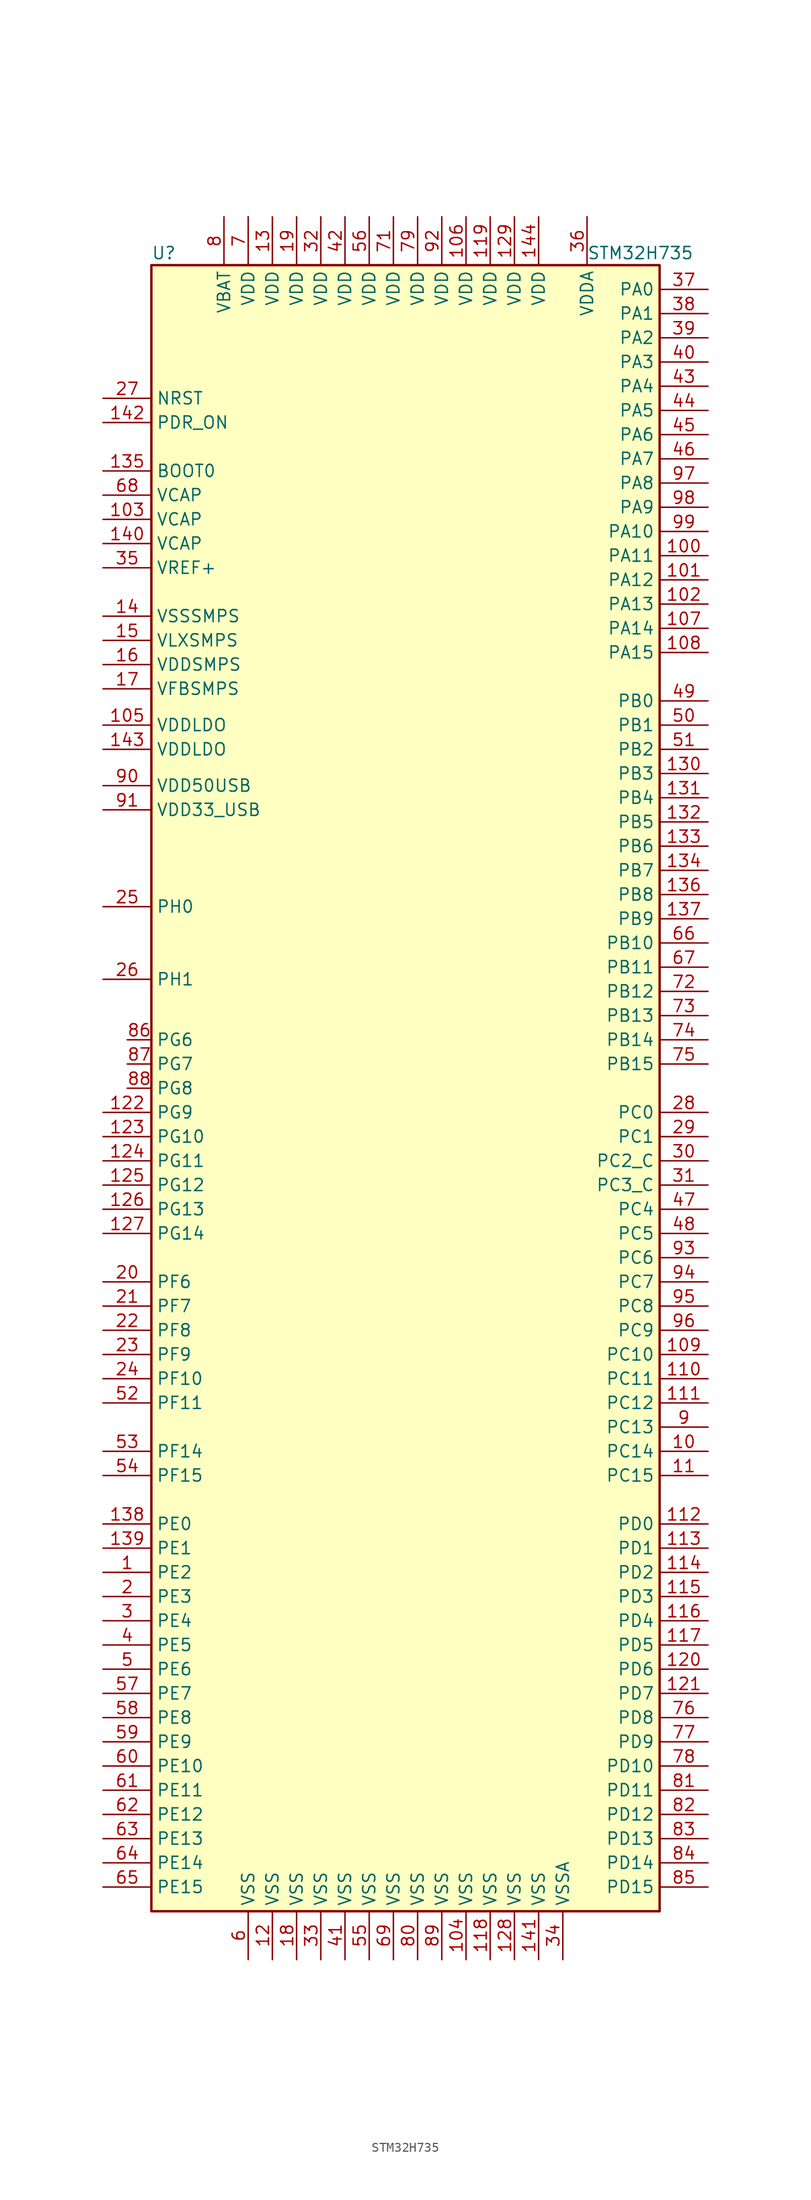
<source format=kicad_sym>
(kicad_symbol_lib
  (version 20201005)
  (generator kicad_symbol_editor)
  (symbol "STM32H735:STM32H735"
    (property "Reference" "U"
      (at -27.94 87.63 0)
      (effects (font (size 1.27 1.27)) (justify left)))
    (property "Value" "STM32H735"
      (at 17.78 87.63 0)
      (effects (font (size 1.27 1.27)) (justify left)))
    (symbol "STM32H735_0_0"
      (pin unspecified line (at 10.16 91.44 270) (length 5.08) (name "VDD" (effects (font (size 1.27 1.27)))) (number "129" (effects (font (size 1.27 1.27)))))
      (pin unspecified line (at -33.02 -45.72 0) (length 5.08) (name "PE0" (effects (font (size 1.27 1.27)))) (number "138" (effects (font (size 1.27 1.27)))))
      (pin unspecified line (at -33.02 -48.26 0) (length 5.08) (name "PE1" (effects (font (size 1.27 1.27)))) (number "139" (effects (font (size 1.27 1.27)))))
      (pin unspecified line (at 12.7 -91.44 90) (length 5.08) (name "VSS" (effects (font (size 1.27 1.27)))) (number "141" (effects (font (size 1.27 1.27)))))
      (pin bidirectional line (at -30.48 5.08 0) (length 2.54) (name "PG6" (effects (font (size 1.27 1.27)))) (number "86" (effects (font (size 1.27 1.27)))))
      (pin bidirectional line (at -30.48 2.54 0) (length 2.54) (name "PG7" (effects (font (size 1.27 1.27)))) (number "87" (effects (font (size 1.27 1.27)))))
      (pin bidirectional line (at -30.48 0 0) (length 2.54) (name "PG8" (effects (font (size 1.27 1.27)))) (number "88" (effects (font (size 1.27 1.27)))))
      (pin unspecified line (at -33.02 31.75 0) (length 5.08) (name "VDD50USB" (effects (font (size 1.27 1.27)))) (number "90" (effects (font (size 1.27 1.27))))))
    (symbol "STM32H735_0_1"
      (rectangle (start -27.94 -86.36) (end 25.4 86.36) (stroke (width 0.254)) (fill (type background))))
    (symbol "STM32H735_1_1"
      (pin bidirectional line (at -33.02 -50.8 0) (length 5.08) (name "PE2" (effects (font (size 1.27 1.27)))) (number "1" (effects (font (size 1.27 1.27)))))
      (pin bidirectional line (at 30.48 -38.1 180) (length 5.08) (name "PC14" (effects (font (size 1.27 1.27)))) (number "10" (effects (font (size 1.27 1.27)))))
      (pin bidirectional line (at 30.48 55.88 180) (length 5.08) (name "PA11" (effects (font (size 1.27 1.27)))) (number "100" (effects (font (size 1.27 1.27)))))
      (pin bidirectional line (at 30.48 53.34 180) (length 5.08) (name "PA12" (effects (font (size 1.27 1.27)))) (number "101" (effects (font (size 1.27 1.27)))))
      (pin bidirectional line (at 30.48 50.8 180) (length 5.08) (name "PA13" (effects (font (size 1.27 1.27)))) (number "102" (effects (font (size 1.27 1.27)))))
      (pin power_in line (at -33.02 59.69 0) (length 5.08) (name "VCAP" (effects (font (size 1.27 1.27)))) (number "103" (effects (font (size 1.27 1.27)))))
      (pin power_in line (at 5.08 -91.44 90) (length 5.08) (name "VSS" (effects (font (size 1.27 1.27)))) (number "104" (effects (font (size 1.27 1.27)))))
      (pin power_in line (at -33.02 38.1 0) (length 5.08) (name "VDDLDO" (effects (font (size 1.27 1.27)))) (number "105" (effects (font (size 1.27 1.27)))))
      (pin power_in line (at 5.08 91.44 270) (length 5.08) (name "VDD" (effects (font (size 1.27 1.27)))) (number "106" (effects (font (size 1.27 1.27)))))
      (pin bidirectional line (at 30.48 48.26 180) (length 5.08) (name "PA14" (effects (font (size 1.27 1.27)))) (number "107" (effects (font (size 1.27 1.27)))))
      (pin bidirectional line (at 30.48 45.72 180) (length 5.08) (name "PA15" (effects (font (size 1.27 1.27)))) (number "108" (effects (font (size 1.27 1.27)))))
      (pin bidirectional line (at 30.48 -27.94 180) (length 5.08) (name "PC10" (effects (font (size 1.27 1.27)))) (number "109" (effects (font (size 1.27 1.27)))))
      (pin bidirectional line (at 30.48 -40.64 180) (length 5.08) (name "PC15" (effects (font (size 1.27 1.27)))) (number "11" (effects (font (size 1.27 1.27)))))
      (pin bidirectional line (at 30.48 -30.48 180) (length 5.08) (name "PC11" (effects (font (size 1.27 1.27)))) (number "110" (effects (font (size 1.27 1.27)))))
      (pin bidirectional line (at 30.48 -33.02 180) (length 5.08) (name "PC12" (effects (font (size 1.27 1.27)))) (number "111" (effects (font (size 1.27 1.27)))))
      (pin bidirectional line (at 30.48 -45.72 180) (length 5.08) (name "PD0" (effects (font (size 1.27 1.27)))) (number "112" (effects (font (size 1.27 1.27)))))
      (pin bidirectional line (at 30.48 -48.26 180) (length 5.08) (name "PD1" (effects (font (size 1.27 1.27)))) (number "113" (effects (font (size 1.27 1.27)))))
      (pin bidirectional line (at 30.48 -50.8 180) (length 5.08) (name "PD2" (effects (font (size 1.27 1.27)))) (number "114" (effects (font (size 1.27 1.27)))))
      (pin bidirectional line (at 30.48 -53.34 180) (length 5.08) (name "PD3" (effects (font (size 1.27 1.27)))) (number "115" (effects (font (size 1.27 1.27)))))
      (pin bidirectional line (at 30.48 -55.88 180) (length 5.08) (name "PD4" (effects (font (size 1.27 1.27)))) (number "116" (effects (font (size 1.27 1.27)))))
      (pin bidirectional line (at 30.48 -58.42 180) (length 5.08) (name "PD5" (effects (font (size 1.27 1.27)))) (number "117" (effects (font (size 1.27 1.27)))))
      (pin power_in line (at 7.62 -91.44 90) (length 5.08) (name "VSS" (effects (font (size 1.27 1.27)))) (number "118" (effects (font (size 1.27 1.27)))))
      (pin power_in line (at 7.62 91.44 270) (length 5.08) (name "VDD" (effects (font (size 1.27 1.27)))) (number "119" (effects (font (size 1.27 1.27)))))
      (pin power_in line (at -15.24 -91.44 90) (length 5.08) (name "VSS" (effects (font (size 1.27 1.27)))) (number "12" (effects (font (size 1.27 1.27)))))
      (pin bidirectional line (at 30.48 -60.96 180) (length 5.08) (name "PD6" (effects (font (size 1.27 1.27)))) (number "120" (effects (font (size 1.27 1.27)))))
      (pin bidirectional line (at 30.48 -63.5 180) (length 5.08) (name "PD7" (effects (font (size 1.27 1.27)))) (number "121" (effects (font (size 1.27 1.27)))))
      (pin bidirectional line (at -33.02 -2.54 0) (length 5.08) (name "PG9" (effects (font (size 1.27 1.27)))) (number "122" (effects (font (size 1.27 1.27)))))
      (pin bidirectional line (at -33.02 -5.08 0) (length 5.08) (name "PG10" (effects (font (size 1.27 1.27)))) (number "123" (effects (font (size 1.27 1.27)))))
      (pin bidirectional line (at -33.02 -7.62 0) (length 5.08) (name "PG11" (effects (font (size 1.27 1.27)))) (number "124" (effects (font (size 1.27 1.27)))))
      (pin bidirectional line (at -33.02 -10.16 0) (length 5.08) (name "PG12" (effects (font (size 1.27 1.27)))) (number "125" (effects (font (size 1.27 1.27)))))
      (pin bidirectional line (at -33.02 -12.7 0) (length 5.08) (name "PG13" (effects (font (size 1.27 1.27)))) (number "126" (effects (font (size 1.27 1.27)))))
      (pin bidirectional line (at -33.02 -15.24 0) (length 5.08) (name "PG14" (effects (font (size 1.27 1.27)))) (number "127" (effects (font (size 1.27 1.27)))))
      (pin power_in line (at 10.16 -91.44 90) (length 5.08) (name "VSS" (effects (font (size 1.27 1.27)))) (number "128" (effects (font (size 1.27 1.27)))))
      (pin power_in line (at -15.24 91.44 270) (length 5.08) (name "VDD" (effects (font (size 1.27 1.27)))) (number "13" (effects (font (size 1.27 1.27)))))
      (pin bidirectional line (at 30.48 33.02 180) (length 5.08) (name "PB3" (effects (font (size 1.27 1.27)))) (number "130" (effects (font (size 1.27 1.27)))))
      (pin bidirectional line (at 30.48 30.48 180) (length 5.08) (name "PB4" (effects (font (size 1.27 1.27)))) (number "131" (effects (font (size 1.27 1.27)))))
      (pin bidirectional line (at 30.48 27.94 180) (length 5.08) (name "PB5" (effects (font (size 1.27 1.27)))) (number "132" (effects (font (size 1.27 1.27)))))
      (pin bidirectional line (at 30.48 25.4 180) (length 5.08) (name "PB6" (effects (font (size 1.27 1.27)))) (number "133" (effects (font (size 1.27 1.27)))))
      (pin bidirectional line (at 30.48 22.86 180) (length 5.08) (name "PB7" (effects (font (size 1.27 1.27)))) (number "134" (effects (font (size 1.27 1.27)))))
      (pin input line (at -33.02 64.77 0) (length 5.08) (name "BOOT0" (effects (font (size 1.27 1.27)))) (number "135" (effects (font (size 1.27 1.27)))))
      (pin bidirectional line (at 30.48 20.32 180) (length 5.08) (name "PB8" (effects (font (size 1.27 1.27)))) (number "136" (effects (font (size 1.27 1.27)))))
      (pin bidirectional line (at 30.48 17.78 180) (length 5.08) (name "PB9" (effects (font (size 1.27 1.27)))) (number "137" (effects (font (size 1.27 1.27)))))
      (pin bidirectional line (at -33.02 49.53 0) (length 5.08) (name "VSSSMPS" (effects (font (size 1.27 1.27)))) (number "14" (effects (font (size 1.27 1.27)))))
      (pin power_in line (at -33.02 57.15 0) (length 5.08) (name "VCAP" (effects (font (size 1.27 1.27)))) (number "140" (effects (font (size 1.27 1.27)))))
      (pin input line (at -33.02 69.85 0) (length 5.08) (name "PDR_ON" (effects (font (size 1.27 1.27)))) (number "142" (effects (font (size 1.27 1.27)))))
      (pin power_in line (at -33.02 35.56 0) (length 5.08) (name "VDDLDO" (effects (font (size 1.27 1.27)))) (number "143" (effects (font (size 1.27 1.27)))))
      (pin power_in line (at 12.7 91.44 270) (length 5.08) (name "VDD" (effects (font (size 1.27 1.27)))) (number "144" (effects (font (size 1.27 1.27)))))
      (pin bidirectional line (at -33.02 46.99 0) (length 5.08) (name "VLXSMPS" (effects (font (size 1.27 1.27)))) (number "15" (effects (font (size 1.27 1.27)))))
      (pin bidirectional line (at -33.02 44.45 0) (length 5.08) (name "VDDSMPS" (effects (font (size 1.27 1.27)))) (number "16" (effects (font (size 1.27 1.27)))))
      (pin bidirectional line (at -33.02 41.91 0) (length 5.08) (name "VFBSMPS" (effects (font (size 1.27 1.27)))) (number "17" (effects (font (size 1.27 1.27)))))
      (pin power_in line (at -12.7 -91.44 90) (length 5.08) (name "VSS" (effects (font (size 1.27 1.27)))) (number "18" (effects (font (size 1.27 1.27)))))
      (pin power_in line (at -12.7 91.44 270) (length 5.08) (name "VDD" (effects (font (size 1.27 1.27)))) (number "19" (effects (font (size 1.27 1.27)))))
      (pin bidirectional line (at -33.02 -53.34 0) (length 5.08) (name "PE3" (effects (font (size 1.27 1.27)))) (number "2" (effects (font (size 1.27 1.27)))))
      (pin bidirectional line (at -33.02 -20.32 0) (length 5.08) (name "PF6" (effects (font (size 1.27 1.27)))) (number "20" (effects (font (size 1.27 1.27)))))
      (pin bidirectional line (at -33.02 -22.86 0) (length 5.08) (name "PF7" (effects (font (size 1.27 1.27)))) (number "21" (effects (font (size 1.27 1.27)))))
      (pin bidirectional line (at -33.02 -25.4 0) (length 5.08) (name "PF8" (effects (font (size 1.27 1.27)))) (number "22" (effects (font (size 1.27 1.27)))))
      (pin bidirectional line (at -33.02 -27.94 0) (length 5.08) (name "PF9" (effects (font (size 1.27 1.27)))) (number "23" (effects (font (size 1.27 1.27)))))
      (pin bidirectional line (at -33.02 -30.48 0) (length 5.08) (name "PF10" (effects (font (size 1.27 1.27)))) (number "24" (effects (font (size 1.27 1.27)))))
      (pin input line (at -33.02 19.05 0) (length 5.08) (name "PH0" (effects (font (size 1.27 1.27)))) (number "25" (effects (font (size 1.27 1.27)))))
      (pin input line (at -33.02 11.43 0) (length 5.08) (name "PH1" (effects (font (size 1.27 1.27)))) (number "26" (effects (font (size 1.27 1.27)))))
      (pin input line (at -33.02 72.39 0) (length 5.08) (name "NRST" (effects (font (size 1.27 1.27)))) (number "27" (effects (font (size 1.27 1.27)))))
      (pin bidirectional line (at 30.48 -2.54 180) (length 5.08) (name "PC0" (effects (font (size 1.27 1.27)))) (number "28" (effects (font (size 1.27 1.27)))))
      (pin bidirectional line (at 30.48 -5.08 180) (length 5.08) (name "PC1" (effects (font (size 1.27 1.27)))) (number "29" (effects (font (size 1.27 1.27)))))
      (pin bidirectional line (at -33.02 -55.88 0) (length 5.08) (name "PE4" (effects (font (size 1.27 1.27)))) (number "3" (effects (font (size 1.27 1.27)))))
      (pin bidirectional line (at 30.48 -7.62 180) (length 5.08) (name "PC2_C" (effects (font (size 1.27 1.27)))) (number "30" (effects (font (size 1.27 1.27)))))
      (pin bidirectional line (at 30.48 -10.16 180) (length 5.08) (name "PC3_C" (effects (font (size 1.27 1.27)))) (number "31" (effects (font (size 1.27 1.27)))))
      (pin power_in line (at -10.16 91.44 270) (length 5.08) (name "VDD" (effects (font (size 1.27 1.27)))) (number "32" (effects (font (size 1.27 1.27)))))
      (pin power_in line (at -10.16 -91.44 90) (length 5.08) (name "VSS" (effects (font (size 1.27 1.27)))) (number "33" (effects (font (size 1.27 1.27)))))
      (pin power_in line (at 15.24 -91.44 90) (length 5.08) (name "VSSA" (effects (font (size 1.27 1.27)))) (number "34" (effects (font (size 1.27 1.27)))))
      (pin bidirectional line (at -33.02 54.61 0) (length 5.08) (name "VREF+" (effects (font (size 1.27 1.27)))) (number "35" (effects (font (size 1.27 1.27)))))
      (pin power_in line (at 17.78 91.44 270) (length 5.08) (name "VDDA" (effects (font (size 1.27 1.27)))) (number "36" (effects (font (size 1.27 1.27)))))
      (pin bidirectional line (at 30.48 83.82 180) (length 5.08) (name "PA0" (effects (font (size 1.27 1.27)))) (number "37" (effects (font (size 1.27 1.27)))))
      (pin bidirectional line (at 30.48 81.28 180) (length 5.08) (name "PA1" (effects (font (size 1.27 1.27)))) (number "38" (effects (font (size 1.27 1.27)))))
      (pin bidirectional line (at 30.48 78.74 180) (length 5.08) (name "PA2" (effects (font (size 1.27 1.27)))) (number "39" (effects (font (size 1.27 1.27)))))
      (pin bidirectional line (at -33.02 -58.42 0) (length 5.08) (name "PE5" (effects (font (size 1.27 1.27)))) (number "4" (effects (font (size 1.27 1.27)))))
      (pin bidirectional line (at 30.48 76.2 180) (length 5.08) (name "PA3" (effects (font (size 1.27 1.27)))) (number "40" (effects (font (size 1.27 1.27)))))
      (pin power_in line (at -7.62 -91.44 90) (length 5.08) (name "VSS" (effects (font (size 1.27 1.27)))) (number "41" (effects (font (size 1.27 1.27)))))
      (pin power_in line (at -7.62 91.44 270) (length 5.08) (name "VDD" (effects (font (size 1.27 1.27)))) (number "42" (effects (font (size 1.27 1.27)))))
      (pin bidirectional line (at 30.48 73.66 180) (length 5.08) (name "PA4" (effects (font (size 1.27 1.27)))) (number "43" (effects (font (size 1.27 1.27)))))
      (pin bidirectional line (at 30.48 71.12 180) (length 5.08) (name "PA5" (effects (font (size 1.27 1.27)))) (number "44" (effects (font (size 1.27 1.27)))))
      (pin bidirectional line (at 30.48 68.58 180) (length 5.08) (name "PA6" (effects (font (size 1.27 1.27)))) (number "45" (effects (font (size 1.27 1.27)))))
      (pin bidirectional line (at 30.48 66.04 180) (length 5.08) (name "PA7" (effects (font (size 1.27 1.27)))) (number "46" (effects (font (size 1.27 1.27)))))
      (pin bidirectional line (at 30.48 -12.7 180) (length 5.08) (name "PC4" (effects (font (size 1.27 1.27)))) (number "47" (effects (font (size 1.27 1.27)))))
      (pin bidirectional line (at 30.48 -15.24 180) (length 5.08) (name "PC5" (effects (font (size 1.27 1.27)))) (number "48" (effects (font (size 1.27 1.27)))))
      (pin bidirectional line (at 30.48 40.64 180) (length 5.08) (name "PB0" (effects (font (size 1.27 1.27)))) (number "49" (effects (font (size 1.27 1.27)))))
      (pin bidirectional line (at -33.02 -60.96 0) (length 5.08) (name "PE6" (effects (font (size 1.27 1.27)))) (number "5" (effects (font (size 1.27 1.27)))))
      (pin bidirectional line (at 30.48 38.1 180) (length 5.08) (name "PB1" (effects (font (size 1.27 1.27)))) (number "50" (effects (font (size 1.27 1.27)))))
      (pin bidirectional line (at 30.48 35.56 180) (length 5.08) (name "PB2" (effects (font (size 1.27 1.27)))) (number "51" (effects (font (size 1.27 1.27)))))
      (pin bidirectional line (at -33.02 -33.02 0) (length 5.08) (name "PF11" (effects (font (size 1.27 1.27)))) (number "52" (effects (font (size 1.27 1.27)))))
      (pin bidirectional line (at -33.02 -38.1 0) (length 5.08) (name "PF14" (effects (font (size 1.27 1.27)))) (number "53" (effects (font (size 1.27 1.27)))))
      (pin bidirectional line (at -33.02 -40.64 0) (length 5.08) (name "PF15" (effects (font (size 1.27 1.27)))) (number "54" (effects (font (size 1.27 1.27)))))
      (pin power_in line (at -5.08 -91.44 90) (length 5.08) (name "VSS" (effects (font (size 1.27 1.27)))) (number "55" (effects (font (size 1.27 1.27)))))
      (pin power_in line (at -5.08 91.44 270) (length 5.08) (name "VDD" (effects (font (size 1.27 1.27)))) (number "56" (effects (font (size 1.27 1.27)))))
      (pin bidirectional line (at -33.02 -63.5 0) (length 5.08) (name "PE7" (effects (font (size 1.27 1.27)))) (number "57" (effects (font (size 1.27 1.27)))))
      (pin bidirectional line (at -33.02 -66.04 0) (length 5.08) (name "PE8" (effects (font (size 1.27 1.27)))) (number "58" (effects (font (size 1.27 1.27)))))
      (pin bidirectional line (at -33.02 -68.58 0) (length 5.08) (name "PE9" (effects (font (size 1.27 1.27)))) (number "59" (effects (font (size 1.27 1.27)))))
      (pin power_in line (at -17.78 -91.44 90) (length 5.08) (name "VSS" (effects (font (size 1.27 1.27)))) (number "6" (effects (font (size 1.27 1.27)))))
      (pin bidirectional line (at -33.02 -71.12 0) (length 5.08) (name "PE10" (effects (font (size 1.27 1.27)))) (number "60" (effects (font (size 1.27 1.27)))))
      (pin bidirectional line (at -33.02 -73.66 0) (length 5.08) (name "PE11" (effects (font (size 1.27 1.27)))) (number "61" (effects (font (size 1.27 1.27)))))
      (pin bidirectional line (at -33.02 -76.2 0) (length 5.08) (name "PE12" (effects (font (size 1.27 1.27)))) (number "62" (effects (font (size 1.27 1.27)))))
      (pin bidirectional line (at -33.02 -78.74 0) (length 5.08) (name "PE13" (effects (font (size 1.27 1.27)))) (number "63" (effects (font (size 1.27 1.27)))))
      (pin bidirectional line (at -33.02 -81.28 0) (length 5.08) (name "PE14" (effects (font (size 1.27 1.27)))) (number "64" (effects (font (size 1.27 1.27)))))
      (pin bidirectional line (at -33.02 -83.82 0) (length 5.08) (name "PE15" (effects (font (size 1.27 1.27)))) (number "65" (effects (font (size 1.27 1.27)))))
      (pin bidirectional line (at 30.48 15.24 180) (length 5.08) (name "PB10" (effects (font (size 1.27 1.27)))) (number "66" (effects (font (size 1.27 1.27)))))
      (pin bidirectional line (at 30.48 12.7 180) (length 5.08) (name "PB11" (effects (font (size 1.27 1.27)))) (number "67" (effects (font (size 1.27 1.27)))))
      (pin bidirectional line (at -33.02 62.23 0) (length 5.08) (name "VCAP" (effects (font (size 1.27 1.27)))) (number "68" (effects (font (size 1.27 1.27)))))
      (pin power_in line (at -2.54 -91.44 90) (length 5.08) (name "VSS" (effects (font (size 1.27 1.27)))) (number "69" (effects (font (size 1.27 1.27)))))
      (pin power_in line (at -17.78 91.44 270) (length 5.08) (name "VDD" (effects (font (size 1.27 1.27)))) (number "7" (effects (font (size 1.27 1.27)))))
      (pin power_in line (at -2.54 91.44 270) (length 5.08) (name "VDD" (effects (font (size 1.27 1.27)))) (number "71" (effects (font (size 1.27 1.27)))))
      (pin bidirectional line (at 30.48 10.16 180) (length 5.08) (name "PB12" (effects (font (size 1.27 1.27)))) (number "72" (effects (font (size 1.27 1.27)))))
      (pin bidirectional line (at 30.48 7.62 180) (length 5.08) (name "PB13" (effects (font (size 1.27 1.27)))) (number "73" (effects (font (size 1.27 1.27)))))
      (pin bidirectional line (at 30.48 5.08 180) (length 5.08) (name "PB14" (effects (font (size 1.27 1.27)))) (number "74" (effects (font (size 1.27 1.27)))))
      (pin bidirectional line (at 30.48 2.54 180) (length 5.08) (name "PB15" (effects (font (size 1.27 1.27)))) (number "75" (effects (font (size 1.27 1.27)))))
      (pin bidirectional line (at 30.48 -66.04 180) (length 5.08) (name "PD8" (effects (font (size 1.27 1.27)))) (number "76" (effects (font (size 1.27 1.27)))))
      (pin bidirectional line (at 30.48 -68.58 180) (length 5.08) (name "PD9" (effects (font (size 1.27 1.27)))) (number "77" (effects (font (size 1.27 1.27)))))
      (pin bidirectional line (at 30.48 -71.12 180) (length 5.08) (name "PD10" (effects (font (size 1.27 1.27)))) (number "78" (effects (font (size 1.27 1.27)))))
      (pin power_in line (at 0 91.44 270) (length 5.08) (name "VDD" (effects (font (size 1.27 1.27)))) (number "79" (effects (font (size 1.27 1.27)))))
      (pin power_in line (at -20.32 91.44 270) (length 5.08) (name "VBAT" (effects (font (size 1.27 1.27)))) (number "8" (effects (font (size 1.27 1.27)))))
      (pin power_in line (at 0 -91.44 90) (length 5.08) (name "VSS" (effects (font (size 1.27 1.27)))) (number "80" (effects (font (size 1.27 1.27)))))
      (pin bidirectional line (at 30.48 -73.66 180) (length 5.08) (name "PD11" (effects (font (size 1.27 1.27)))) (number "81" (effects (font (size 1.27 1.27)))))
      (pin bidirectional line (at 30.48 -76.2 180) (length 5.08) (name "PD12" (effects (font (size 1.27 1.27)))) (number "82" (effects (font (size 1.27 1.27)))))
      (pin bidirectional line (at 30.48 -78.74 180) (length 5.08) (name "PD13" (effects (font (size 1.27 1.27)))) (number "83" (effects (font (size 1.27 1.27)))))
      (pin bidirectional line (at 30.48 -81.28 180) (length 5.08) (name "PD14" (effects (font (size 1.27 1.27)))) (number "84" (effects (font (size 1.27 1.27)))))
      (pin bidirectional line (at 30.48 -83.82 180) (length 5.08) (name "PD15" (effects (font (size 1.27 1.27)))) (number "85" (effects (font (size 1.27 1.27)))))
      (pin power_in line (at 2.54 -91.44 90) (length 5.08) (name "VSS" (effects (font (size 1.27 1.27)))) (number "89" (effects (font (size 1.27 1.27)))))
      (pin bidirectional line (at 30.48 -35.56 180) (length 5.08) (name "PC13" (effects (font (size 1.27 1.27)))) (number "9" (effects (font (size 1.27 1.27)))))
      (pin power_in line (at -33.02 29.21 0) (length 5.08) (name "VDD33_USB" (effects (font (size 1.27 1.27)))) (number "91" (effects (font (size 1.27 1.27)))))
      (pin power_in line (at 2.54 91.44 270) (length 5.08) (name "VDD" (effects (font (size 1.27 1.27)))) (number "92" (effects (font (size 1.27 1.27)))))
      (pin bidirectional line (at 30.48 -17.78 180) (length 5.08) (name "PC6" (effects (font (size 1.27 1.27)))) (number "93" (effects (font (size 1.27 1.27)))))
      (pin bidirectional line (at 30.48 -20.32 180) (length 5.08) (name "PC7" (effects (font (size 1.27 1.27)))) (number "94" (effects (font (size 1.27 1.27)))))
      (pin bidirectional line (at 30.48 -22.86 180) (length 5.08) (name "PC8" (effects (font (size 1.27 1.27)))) (number "95" (effects (font (size 1.27 1.27)))))
      (pin bidirectional line (at 30.48 -25.4 180) (length 5.08) (name "PC9" (effects (font (size 1.27 1.27)))) (number "96" (effects (font (size 1.27 1.27)))))
      (pin bidirectional line (at 30.48 63.5 180) (length 5.08) (name "PA8" (effects (font (size 1.27 1.27)))) (number "97" (effects (font (size 1.27 1.27)))))
      (pin bidirectional line (at 30.48 60.96 180) (length 5.08) (name "PA9" (effects (font (size 1.27 1.27)))) (number "98" (effects (font (size 1.27 1.27)))))
      (pin bidirectional line (at 30.48 58.42 180) (length 5.08) (name "PA10" (effects (font (size 1.27 1.27)))) (number "99" (effects (font (size 1.27 1.27))))))))
</source>
